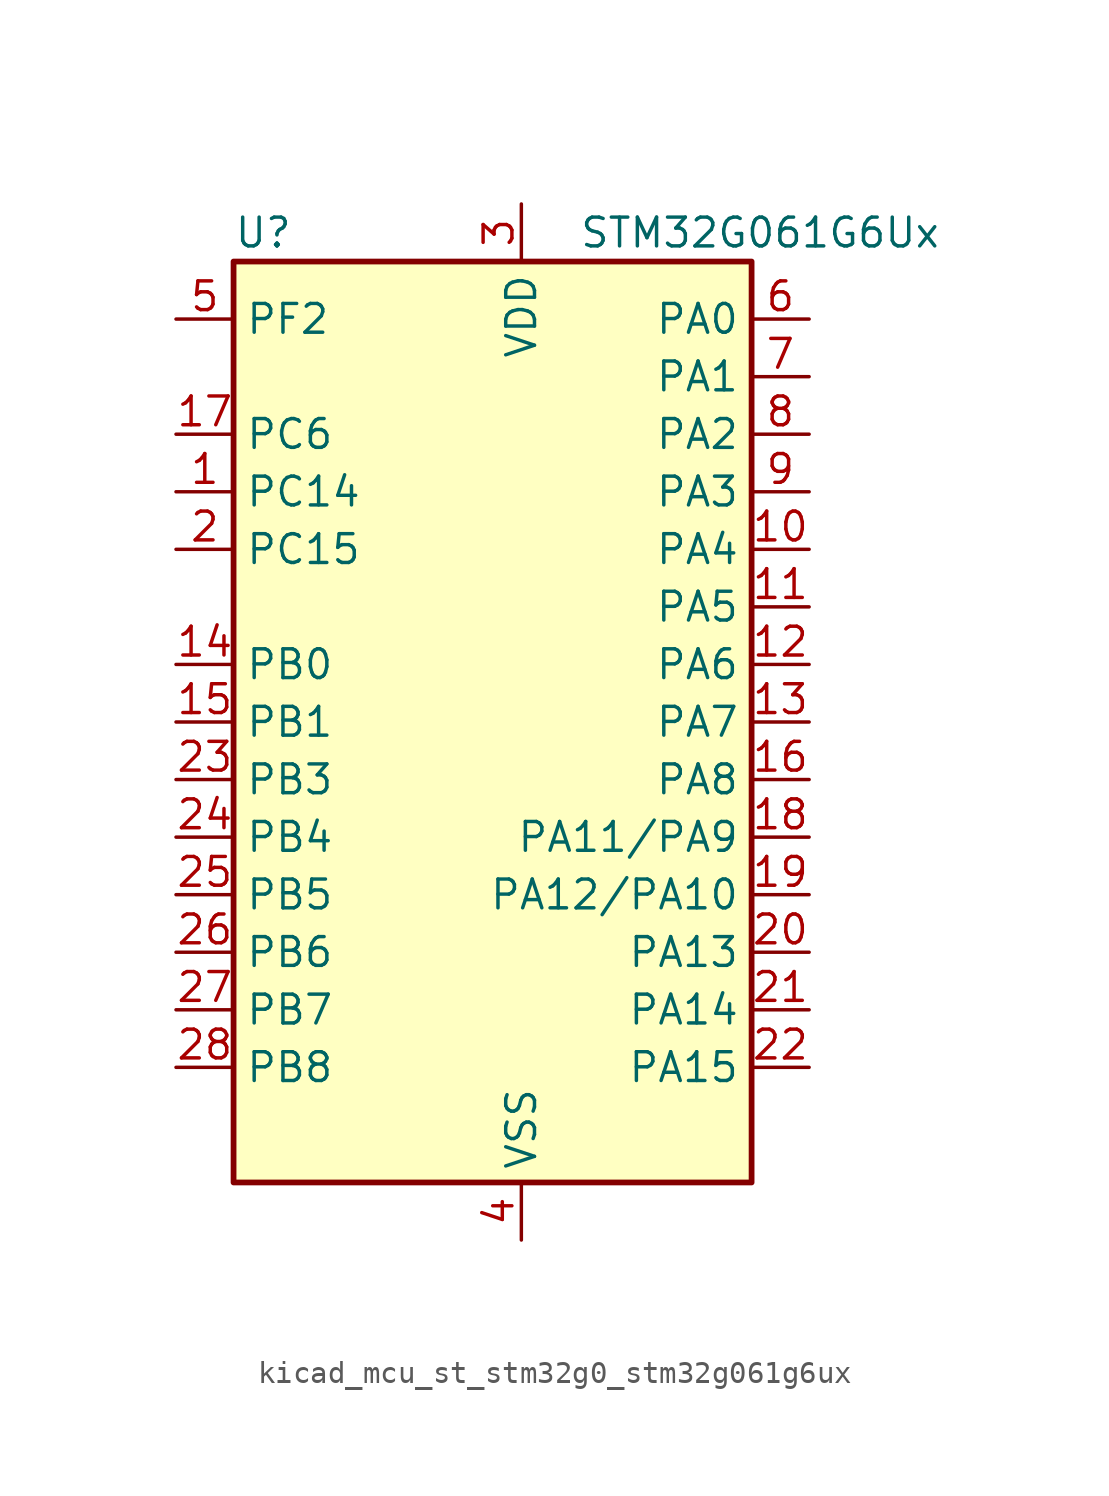
<source format=kicad_sym>
(kicad_symbol_lib
  (version 20220914)
  (generator kicad_symbol_editor)
  (symbol "kicad_mcu_st_stm32g0_stm32g061g6ux"
    (property "Reference" "U"
      (at -10.16 21.59 0)
      (effects (font (size 1.27 1.27)) (justify left)))
    (property "Value" "STM32G061G6Ux"
      (at 5.08 21.59 0)
      (effects (font (size 1.27 1.27)) (justify left)))
    (property "ki_locked" ""
      (at 0 0 0)
      (effects (font (size 1.27 1.27))))
    (symbol "kicad_mcu_st_stm32g0_stm32g061g6ux_0_1"
      (rectangle (start -10.16 -20.32) (end 12.7 20.32) (stroke (width 0.254) (type default)) (fill (type background))))
    (symbol "kicad_mcu_st_stm32g0_stm32g061g6ux_1_1"
      (pin bidirectional line (at -12.7 10.16 0) (length 2.54) (name "PC14" (effects (font (size 1.27 1.27)))) (number "1" (effects (font (size 1.27 1.27)))) (alternate "RCC_OSC32_IN" bidirectional line) (alternate "RCC_OSC_IN" bidirectional line) (alternate "TIM1_BK2" bidirectional line))
      (pin bidirectional line (at 15.24 7.62 180) (length 2.54) (name "PA4" (effects (font (size 1.27 1.27)))) (number "10" (effects (font (size 1.27 1.27)))) (alternate "ADC1_IN4" bidirectional line) (alternate "DAC1_OUT1" bidirectional line) (alternate "I2S1_WS" bidirectional line) (alternate "LPTIM2_OUT" bidirectional line) (alternate "RTC_OUT1" bidirectional line) (alternate "RTC_TAMP_IN1" bidirectional line) (alternate "RTC_TS" bidirectional line) (alternate "SPI1_NSS" bidirectional line) (alternate "SPI2_MOSI" bidirectional line) (alternate "SYS_WKUP2" bidirectional line) (alternate "TIM14_CH1" bidirectional line))
      (pin bidirectional line (at 15.24 5.08 180) (length 2.54) (name "PA5" (effects (font (size 1.27 1.27)))) (number "11" (effects (font (size 1.27 1.27)))) (alternate "ADC1_IN5" bidirectional line) (alternate "DAC1_OUT2" bidirectional line) (alternate "I2S1_CK" bidirectional line) (alternate "LPTIM2_ETR" bidirectional line) (alternate "SPI1_SCK" bidirectional line) (alternate "TIM2_CH1" bidirectional line) (alternate "TIM2_ETR" bidirectional line))
      (pin bidirectional line (at 15.24 2.54 180) (length 2.54) (name "PA6" (effects (font (size 1.27 1.27)))) (number "12" (effects (font (size 1.27 1.27)))) (alternate "ADC1_IN6" bidirectional line) (alternate "COMP1_OUT" bidirectional line) (alternate "I2S1_MCK" bidirectional line) (alternate "LPUART1_CTS" bidirectional line) (alternate "SPI1_MISO" bidirectional line) (alternate "TIM16_CH1" bidirectional line) (alternate "TIM1_BK" bidirectional line) (alternate "TIM3_CH1" bidirectional line))
      (pin bidirectional line (at 15.24 0 180) (length 2.54) (name "PA7" (effects (font (size 1.27 1.27)))) (number "13" (effects (font (size 1.27 1.27)))) (alternate "ADC1_IN7" bidirectional line) (alternate "COMP2_OUT" bidirectional line) (alternate "I2S1_SD" bidirectional line) (alternate "SPI1_MOSI" bidirectional line) (alternate "TIM14_CH1" bidirectional line) (alternate "TIM17_CH1" bidirectional line) (alternate "TIM1_CH1N" bidirectional line) (alternate "TIM3_CH2" bidirectional line))
      (pin bidirectional line (at -12.7 2.54 0) (length 2.54) (name "PB0" (effects (font (size 1.27 1.27)))) (number "14" (effects (font (size 1.27 1.27)))) (alternate "ADC1_IN8" bidirectional line) (alternate "COMP1_OUT" bidirectional line) (alternate "I2S1_WS" bidirectional line) (alternate "LPTIM1_OUT" bidirectional line) (alternate "SPI1_NSS" bidirectional line) (alternate "TIM1_CH2N" bidirectional line) (alternate "TIM3_CH3" bidirectional line))
      (pin bidirectional line (at -12.7 0 0) (length 2.54) (name "PB1" (effects (font (size 1.27 1.27)))) (number "15" (effects (font (size 1.27 1.27)))) (alternate "ADC1_IN9" bidirectional line) (alternate "COMP1_INM" bidirectional line) (alternate "LPTIM2_IN1" bidirectional line) (alternate "LPUART1_DE" bidirectional line) (alternate "LPUART1_RTS" bidirectional line) (alternate "TIM14_CH1" bidirectional line) (alternate "TIM1_CH3N" bidirectional line) (alternate "TIM3_CH4" bidirectional line))
      (pin bidirectional line (at 15.24 -2.54 180) (length 2.54) (name "PA8" (effects (font (size 1.27 1.27)))) (number "16" (effects (font (size 1.27 1.27)))) (alternate "LPTIM2_OUT" bidirectional line) (alternate "RCC_MCO" bidirectional line) (alternate "SPI2_NSS" bidirectional line) (alternate "TIM1_CH1" bidirectional line))
      (pin bidirectional line (at -12.7 12.7 0) (length 2.54) (name "PC6" (effects (font (size 1.27 1.27)))) (number "17" (effects (font (size 1.27 1.27)))) (alternate "TIM2_CH3" bidirectional line) (alternate "TIM3_CH1" bidirectional line))
      (pin bidirectional line (at 15.24 -5.08 180) (length 2.54) (name "PA11/PA9" (effects (font (size 1.27 1.27)))) (number "18" (effects (font (size 1.27 1.27)))) (alternate "ADC1_EXTI11" bidirectional line) (alternate "ADC1_IN15" bidirectional line) (alternate "COMP1_OUT" bidirectional line) (alternate "I2C2_SCL" bidirectional line) (alternate "I2S1_MCK" bidirectional line) (alternate "SPI1_MISO" bidirectional line) (alternate "TIM1_BK2" bidirectional line) (alternate "TIM1_CH4" bidirectional line) (alternate "USART1_CTS" bidirectional line) (alternate "USART1_NSS" bidirectional line))
      (pin bidirectional line (at 15.24 -7.62 180) (length 2.54) (name "PA12/PA10" (effects (font (size 1.27 1.27)))) (number "19" (effects (font (size 1.27 1.27)))) (alternate "ADC1_IN16" bidirectional line) (alternate "COMP2_OUT" bidirectional line) (alternate "I2C2_SDA" bidirectional line) (alternate "I2S1_SD" bidirectional line) (alternate "I2S_CKIN" bidirectional line) (alternate "SPI1_MOSI" bidirectional line) (alternate "TIM1_ETR" bidirectional line) (alternate "USART1_CK" bidirectional line) (alternate "USART1_DE" bidirectional line) (alternate "USART1_RTS" bidirectional line))
      (pin bidirectional line (at -12.7 7.62 0) (length 2.54) (name "PC15" (effects (font (size 1.27 1.27)))) (number "2" (effects (font (size 1.27 1.27)))) (alternate "RCC_OSC32_EN" bidirectional line) (alternate "RCC_OSC32_OUT" bidirectional line) (alternate "RCC_OSC_EN" bidirectional line) (alternate "TIM15_BK" bidirectional line))
      (pin bidirectional line (at 15.24 -10.16 180) (length 2.54) (name "PA13" (effects (font (size 1.27 1.27)))) (number "20" (effects (font (size 1.27 1.27)))) (alternate "ADC1_IN17" bidirectional line) (alternate "IR_OUT" bidirectional line) (alternate "SYS_SWDIO" bidirectional line))
      (pin bidirectional line (at 15.24 -12.7 180) (length 2.54) (name "PA14" (effects (font (size 1.27 1.27)))) (number "21" (effects (font (size 1.27 1.27)))) (alternate "ADC1_IN18" bidirectional line) (alternate "SYS_SWCLK" bidirectional line) (alternate "USART2_TX" bidirectional line))
      (pin bidirectional line (at 15.24 -15.24 180) (length 2.54) (name "PA15" (effects (font (size 1.27 1.27)))) (number "22" (effects (font (size 1.27 1.27)))) (alternate "I2S1_WS" bidirectional line) (alternate "SPI1_NSS" bidirectional line) (alternate "TIM2_CH1" bidirectional line) (alternate "TIM2_ETR" bidirectional line) (alternate "USART2_RX" bidirectional line))
      (pin bidirectional line (at -12.7 -2.54 0) (length 2.54) (name "PB3" (effects (font (size 1.27 1.27)))) (number "23" (effects (font (size 1.27 1.27)))) (alternate "COMP2_INM" bidirectional line) (alternate "I2S1_CK" bidirectional line) (alternate "SPI1_SCK" bidirectional line) (alternate "TIM1_CH2" bidirectional line) (alternate "TIM2_CH2" bidirectional line) (alternate "USART1_CK" bidirectional line) (alternate "USART1_DE" bidirectional line) (alternate "USART1_RTS" bidirectional line))
      (pin bidirectional line (at -12.7 -5.08 0) (length 2.54) (name "PB4" (effects (font (size 1.27 1.27)))) (number "24" (effects (font (size 1.27 1.27)))) (alternate "COMP2_INP" bidirectional line) (alternate "I2S1_MCK" bidirectional line) (alternate "SPI1_MISO" bidirectional line) (alternate "TIM17_BK" bidirectional line) (alternate "TIM3_CH1" bidirectional line) (alternate "USART1_CTS" bidirectional line) (alternate "USART1_NSS" bidirectional line))
      (pin bidirectional line (at -12.7 -7.62 0) (length 2.54) (name "PB5" (effects (font (size 1.27 1.27)))) (number "25" (effects (font (size 1.27 1.27)))) (alternate "COMP2_OUT" bidirectional line) (alternate "I2C1_SMBA" bidirectional line) (alternate "I2S1_SD" bidirectional line) (alternate "LPTIM1_IN1" bidirectional line) (alternate "SPI1_MOSI" bidirectional line) (alternate "SYS_WKUP6" bidirectional line) (alternate "TIM16_BK" bidirectional line) (alternate "TIM3_CH2" bidirectional line))
      (pin bidirectional line (at -12.7 -10.16 0) (length 2.54) (name "PB6" (effects (font (size 1.27 1.27)))) (number "26" (effects (font (size 1.27 1.27)))) (alternate "COMP2_INP" bidirectional line) (alternate "I2C1_SCL" bidirectional line) (alternate "LPTIM1_ETR" bidirectional line) (alternate "SPI2_MISO" bidirectional line) (alternate "TIM16_CH1N" bidirectional line) (alternate "TIM1_CH3" bidirectional line) (alternate "USART1_TX" bidirectional line))
      (pin bidirectional line (at -12.7 -12.7 0) (length 2.54) (name "PB7" (effects (font (size 1.27 1.27)))) (number "27" (effects (font (size 1.27 1.27)))) (alternate "ADC1_IN11" bidirectional line) (alternate "COMP2_INM" bidirectional line) (alternate "I2C1_SDA" bidirectional line) (alternate "LPTIM1_IN2" bidirectional line) (alternate "SPI2_MOSI" bidirectional line) (alternate "SYS_PVD_IN" bidirectional line) (alternate "TIM17_CH1N" bidirectional line) (alternate "USART1_RX" bidirectional line))
      (pin bidirectional line (at -12.7 -15.24 0) (length 2.54) (name "PB8" (effects (font (size 1.27 1.27)))) (number "28" (effects (font (size 1.27 1.27)))) (alternate "I2C1_SCL" bidirectional line) (alternate "SPI2_SCK" bidirectional line) (alternate "TIM15_BK" bidirectional line) (alternate "TIM16_CH1" bidirectional line))
      (pin power_in line (at 2.54 22.86 270) (length 2.54) (name "VDD" (effects (font (size 1.27 1.27)))) (number "3" (effects (font (size 1.27 1.27)))))
      (pin power_in line (at 2.54 -22.86 90) (length 2.54) (name "VSS" (effects (font (size 1.27 1.27)))) (number "4" (effects (font (size 1.27 1.27)))))
      (pin bidirectional line (at -12.7 17.78 0) (length 2.54) (name "PF2" (effects (font (size 1.27 1.27)))) (number "5" (effects (font (size 1.27 1.27)))) (alternate "RCC_MCO" bidirectional line))
      (pin bidirectional line (at 15.24 17.78 180) (length 2.54) (name "PA0" (effects (font (size 1.27 1.27)))) (number "6" (effects (font (size 1.27 1.27)))) (alternate "ADC1_IN0" bidirectional line) (alternate "COMP1_INM" bidirectional line) (alternate "COMP1_OUT" bidirectional line) (alternate "LPTIM1_OUT" bidirectional line) (alternate "RTC_TAMP_IN2" bidirectional line) (alternate "SPI2_SCK" bidirectional line) (alternate "SYS_WKUP1" bidirectional line) (alternate "TIM2_CH1" bidirectional line) (alternate "TIM2_ETR" bidirectional line) (alternate "USART2_CTS" bidirectional line) (alternate "USART2_NSS" bidirectional line))
      (pin bidirectional line (at 15.24 15.24 180) (length 2.54) (name "PA1" (effects (font (size 1.27 1.27)))) (number "7" (effects (font (size 1.27 1.27)))) (alternate "ADC1_IN1" bidirectional line) (alternate "COMP1_INP" bidirectional line) (alternate "I2C1_SMBA" bidirectional line) (alternate "I2S1_CK" bidirectional line) (alternate "SPI1_SCK" bidirectional line) (alternate "TIM15_CH1N" bidirectional line) (alternate "TIM2_CH2" bidirectional line) (alternate "USART2_CK" bidirectional line) (alternate "USART2_DE" bidirectional line) (alternate "USART2_RTS" bidirectional line))
      (pin bidirectional line (at 15.24 12.7 180) (length 2.54) (name "PA2" (effects (font (size 1.27 1.27)))) (number "8" (effects (font (size 1.27 1.27)))) (alternate "ADC1_IN2" bidirectional line) (alternate "COMP2_INM" bidirectional line) (alternate "COMP2_OUT" bidirectional line) (alternate "I2S1_SD" bidirectional line) (alternate "LPUART1_TX" bidirectional line) (alternate "RCC_LSCO" bidirectional line) (alternate "SPI1_MOSI" bidirectional line) (alternate "SYS_WKUP4" bidirectional line) (alternate "TIM15_CH1" bidirectional line) (alternate "TIM2_CH3" bidirectional line) (alternate "USART2_TX" bidirectional line))
      (pin bidirectional line (at 15.24 10.16 180) (length 2.54) (name "PA3" (effects (font (size 1.27 1.27)))) (number "9" (effects (font (size 1.27 1.27)))) (alternate "ADC1_IN3" bidirectional line) (alternate "COMP2_INP" bidirectional line) (alternate "LPUART1_RX" bidirectional line) (alternate "SPI2_MISO" bidirectional line) (alternate "TIM15_CH2" bidirectional line) (alternate "TIM2_CH4" bidirectional line) (alternate "USART2_RX" bidirectional line)))))
</source>
